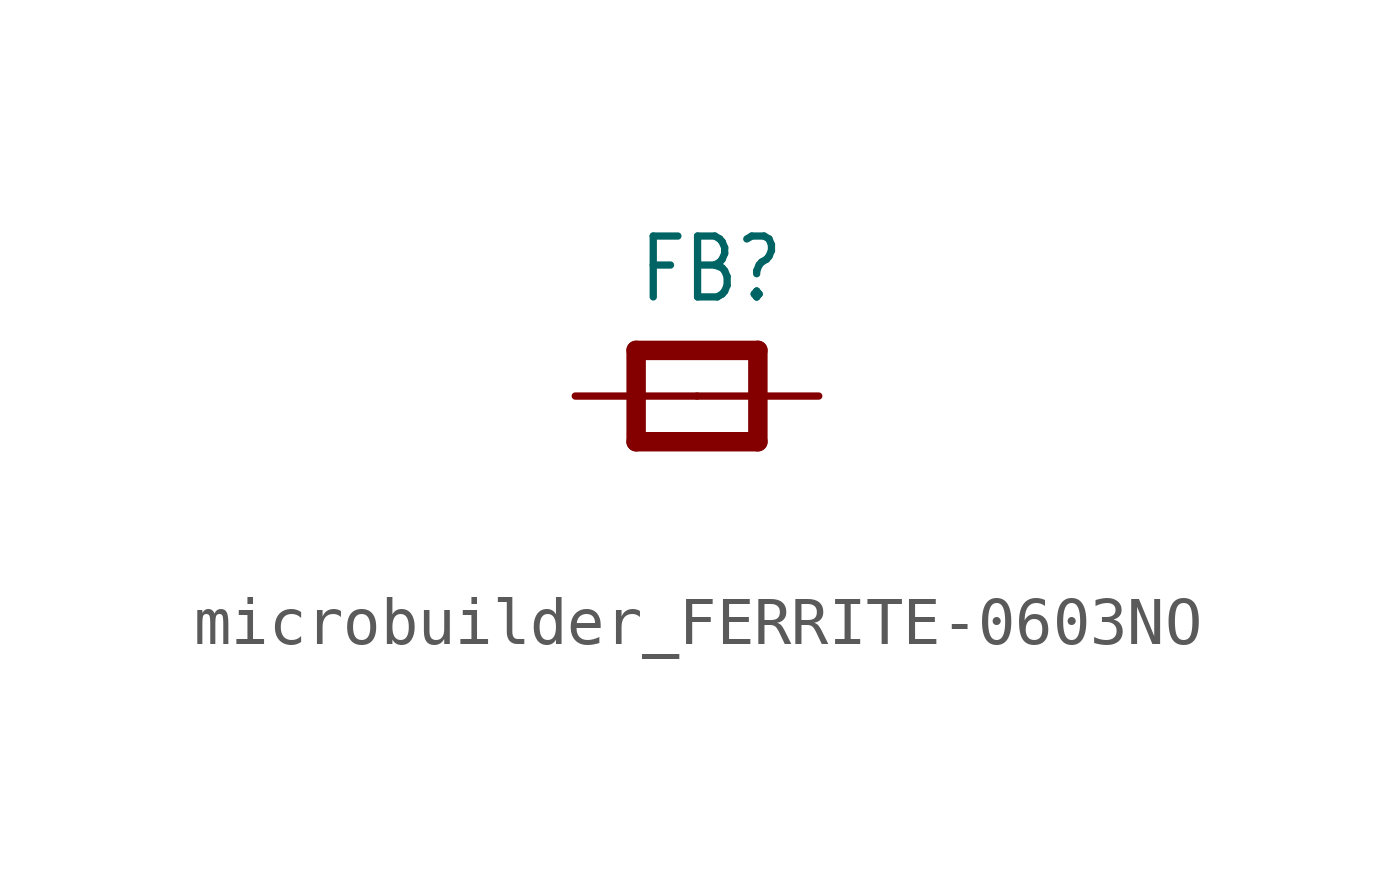
<source format=kicad_sym>
(kicad_symbol_lib
  (version 20220914)
  (generator kicad_symbol_editor)
  (symbol "microbuilder_FERRITE-0603NO"
    (property "Reference" "FB"
      (at -1.27 1.905 0)
      (effects (font (size 1.27 1.079)) (justify left bottom)))
    (property "Value" ""
      (at -1.27 -3.175 0)
      (effects (font (size 1.27 1.079)) (justify left bottom)))
    (property "ki_locked" ""
      (at 0 0 0)
      (effects (font (size 1.27 1.27))))
    (symbol "microbuilder_FERRITE-0603NO_1_0"
      (polyline (pts (xy -1.27 -0.953) (xy -1.27 0.953)) (stroke (width 0.406) (type solid)) (fill (type none)))
      (polyline (pts (xy -1.27 0.953) (xy 1.27 0.953)) (stroke (width 0.406) (type solid)) (fill (type none)))
      (polyline (pts (xy 1.27 -0.953) (xy -1.27 -0.953)) (stroke (width 0.406) (type solid)) (fill (type none)))
      (polyline (pts (xy 1.27 0.953) (xy 1.27 -0.953)) (stroke (width 0.406) (type solid)) (fill (type none)))
      (pin passive line (at -2.54 0 0) (length 2.54) (name "P$1" (effects (font (size 0 0)))) (number "1" (effects (font (size 0 0)))))
      (pin passive line (at 2.54 0 180) (length 2.54) (name "P$2" (effects (font (size 0 0)))) (number "2" (effects (font (size 0 0))))))))
</source>
